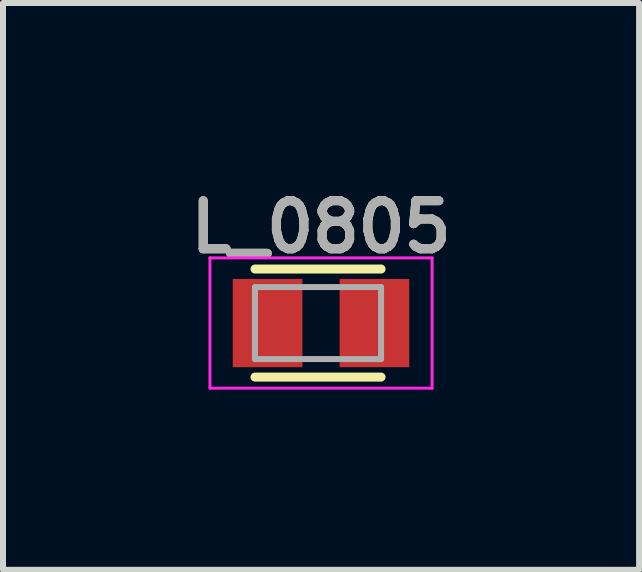
<source format=kicad_pcb>
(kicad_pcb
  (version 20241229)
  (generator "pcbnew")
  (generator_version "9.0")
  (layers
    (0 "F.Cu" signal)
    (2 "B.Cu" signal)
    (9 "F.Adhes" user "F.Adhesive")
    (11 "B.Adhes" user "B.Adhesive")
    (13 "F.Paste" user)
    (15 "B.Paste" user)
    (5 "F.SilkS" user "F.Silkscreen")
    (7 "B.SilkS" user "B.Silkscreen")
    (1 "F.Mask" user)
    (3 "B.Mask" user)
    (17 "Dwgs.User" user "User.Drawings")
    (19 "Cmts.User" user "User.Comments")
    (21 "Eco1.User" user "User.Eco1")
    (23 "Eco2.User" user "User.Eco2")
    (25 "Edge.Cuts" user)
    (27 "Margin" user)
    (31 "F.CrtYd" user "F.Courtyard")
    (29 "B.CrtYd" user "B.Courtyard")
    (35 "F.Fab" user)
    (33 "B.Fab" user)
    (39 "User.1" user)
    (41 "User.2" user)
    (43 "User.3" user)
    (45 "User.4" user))
  (footprint "L_0805"
    (layer "F.Cu")
    (at 2.297 2.331)
    (property "Reference" "L_0805" (at 0 -1.6 0) (layer "F.SilkS") (effects (font (size 0.8 0.8) (thickness 0.15))))
    (attr smd)
    (fp_line (start -1.1 -0.9) (end 1 -0.9) (stroke (width 0.15) (type solid)) (layer "F.SilkS"))
    (fp_line (start 1 0.9) (end -1.1 0.9) (stroke (width 0.15) (type solid)) (layer "F.SilkS"))
    (fp_line (start -1.85 -1.085) (end 1.85 -1.085) (stroke (width 0.05) (type solid)) (layer "F.CrtYd"))
    (fp_line (start -1.85 1.085) (end -1.85 -1.085) (stroke (width 0.05) (type solid)) (layer "F.CrtYd"))
    (fp_line (start 1.85 -1.085) (end 1.85 1.085) (stroke (width 0.05) (type solid)) (layer "F.CrtYd"))
    (fp_line (start 1.85 1.085) (end -1.85 1.085) (stroke (width 0.05) (type solid)) (layer "F.CrtYd"))
    (fp_line (start -1.1 -0.6) (end 1 -0.6) (stroke (width 0.1) (type solid)) (layer "F.Fab"))
    (fp_line (start -1.1 0.6) (end -1.1 -0.6) (stroke (width 0.1) (type solid)) (layer "F.Fab"))
    (fp_line (start 1 -0.6) (end 1 0.6) (stroke (width 0.1) (type solid)) (layer "F.Fab"))
    (fp_line (start 1 0.6) (end -1.1 0.6) (stroke (width 0.1) (type solid)) (layer "F.Fab"))
    (fp_text user "${REFERENCE}" (at 0 -1.6 0) (layer "F.Fab") (effects (font (size 0.8 0.8) (thickness 0.15))))
    (pad "1" smd rect (at -0.89 0) (size 1.16 1.47) (layers "F.Cu" "F.Mask" "F.Paste"))
    (pad "2" smd rect (at 0.89 0) (size 1.16 1.47) (layers "F.Cu" "F.Mask" "F.Paste")))
  (gr_rect
    (start -3 -3)
    (end 7.595 6.441)
    (stroke (width 0.1) (type default))
    (fill no)
    (layer "Edge.Cuts")))
</source>
